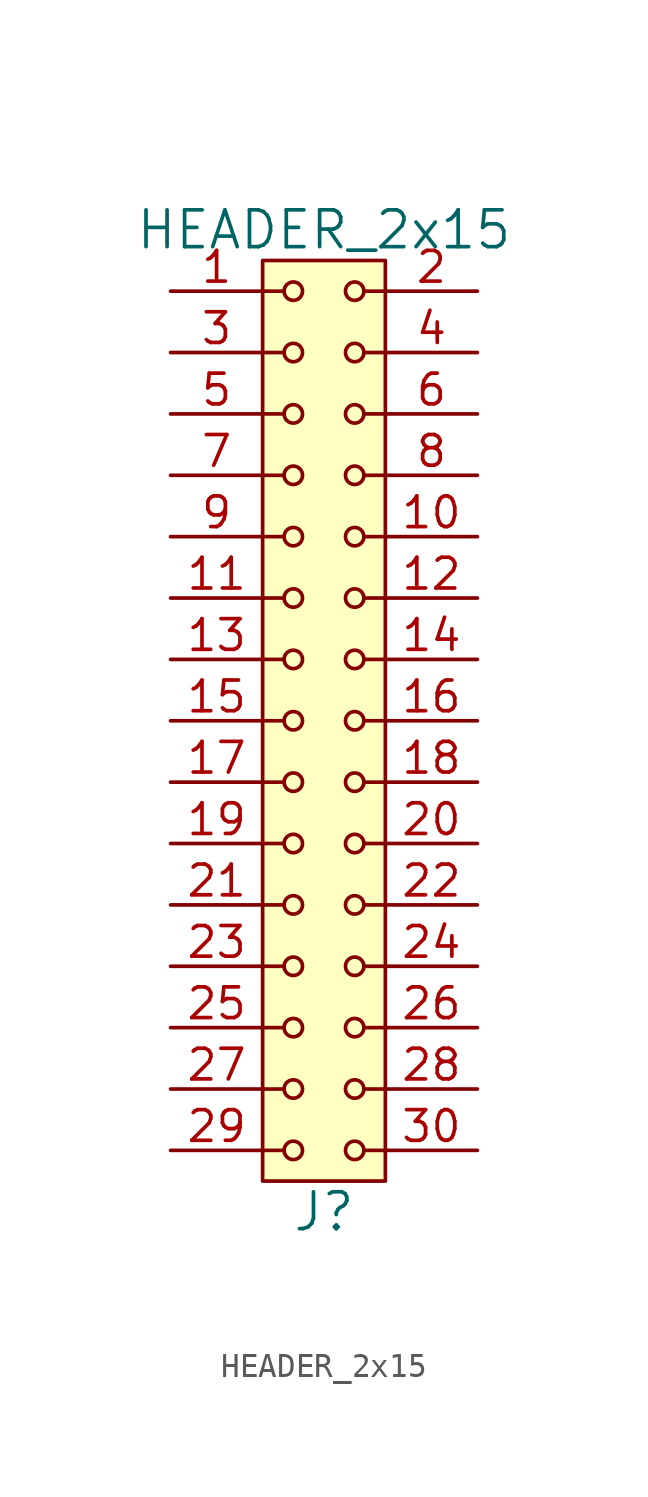
<source format=kicad_sym>
(kicad_symbol_lib
  (version 20211014)
  (generator kicad_symbol_editor)
  (symbol "HEADER_2x15"
    (pin_names
      (offset 1.016))
    (property "Reference" "J"
      (at 0 -20.32 0)
      (effects (font (size 1.524 1.524))))
    (property "Value" "HEADER_2x15"
      (at 0 20.32 0)
      (effects (font (size 1.524 1.524))))
    (property "Footprint" ""
      (at 0 17.78 0)
      (effects (font (size 1.524 1.524))))
    (property "Datasheet" ""
      (at 0 17.78 0)
      (effects (font (size 1.524 1.524))))
    (symbol "HEADER_2x15_0_1"
      (rectangle (start -2.54 19.05) (end 2.54 -19.05) (stroke (width 0) (type default) (color 0 0 0 0)) (fill (type background)))
      (circle (center -1.27 -17.78) (radius 0.381) (stroke (width 0) (type default) (color 0 0 0 0)) (fill (type none)))
      (circle (center -1.27 -15.24) (radius 0.381) (stroke (width 0) (type default) (color 0 0 0 0)) (fill (type none)))
      (circle (center -1.27 -12.7) (radius 0.381) (stroke (width 0) (type default) (color 0 0 0 0)) (fill (type none)))
      (circle (center -1.27 -10.16) (radius 0.381) (stroke (width 0) (type default) (color 0 0 0 0)) (fill (type none)))
      (circle (center -1.27 -7.62) (radius 0.381) (stroke (width 0) (type default) (color 0 0 0 0)) (fill (type none)))
      (circle (center -1.27 -5.08) (radius 0.381) (stroke (width 0) (type default) (color 0 0 0 0)) (fill (type none)))
      (circle (center -1.27 -2.54) (radius 0.381) (stroke (width 0) (type default) (color 0 0 0 0)) (fill (type none)))
      (circle (center -1.27 0) (radius 0.381) (stroke (width 0) (type default) (color 0 0 0 0)) (fill (type none)))
      (circle (center -1.27 2.54) (radius 0.381) (stroke (width 0) (type default) (color 0 0 0 0)) (fill (type none)))
      (circle (center -1.27 5.08) (radius 0.381) (stroke (width 0) (type default) (color 0 0 0 0)) (fill (type none)))
      (circle (center -1.27 7.62) (radius 0.381) (stroke (width 0) (type default) (color 0 0 0 0)) (fill (type none)))
      (circle (center -1.27 10.16) (radius 0.381) (stroke (width 0) (type default) (color 0 0 0 0)) (fill (type none)))
      (circle (center -1.27 12.7) (radius 0.381) (stroke (width 0) (type default) (color 0 0 0 0)) (fill (type none)))
      (circle (center -1.27 15.24) (radius 0.381) (stroke (width 0) (type default) (color 0 0 0 0)) (fill (type none)))
      (circle (center -1.27 17.78) (radius 0.381) (stroke (width 0) (type default) (color 0 0 0 0)) (fill (type none)))
      (polyline (pts (xy -1.651 -17.78) (xy -2.54 -17.78)) (stroke (width 0) (type default) (color 0 0 0 0)) (fill (type none)))
      (polyline (pts (xy -1.651 -15.24) (xy -2.54 -15.24)) (stroke (width 0) (type default) (color 0 0 0 0)) (fill (type none)))
      (polyline (pts (xy -1.651 -12.7) (xy -2.54 -12.7)) (stroke (width 0) (type default) (color 0 0 0 0)) (fill (type none)))
      (polyline (pts (xy -1.651 -10.16) (xy -2.54 -10.16)) (stroke (width 0) (type default) (color 0 0 0 0)) (fill (type none)))
      (polyline (pts (xy -1.651 -7.62) (xy -2.54 -7.62)) (stroke (width 0) (type default) (color 0 0 0 0)) (fill (type none)))
      (polyline (pts (xy -1.651 -5.08) (xy -2.54 -5.08)) (stroke (width 0) (type default) (color 0 0 0 0)) (fill (type none)))
      (polyline (pts (xy -1.651 -2.54) (xy -2.54 -2.54)) (stroke (width 0) (type default) (color 0 0 0 0)) (fill (type none)))
      (polyline (pts (xy -1.651 0) (xy -2.54 0)) (stroke (width 0) (type default) (color 0 0 0 0)) (fill (type none)))
      (polyline (pts (xy -1.651 2.54) (xy -2.54 2.54)) (stroke (width 0) (type default) (color 0 0 0 0)) (fill (type none)))
      (polyline (pts (xy -1.651 5.08) (xy -2.54 5.08)) (stroke (width 0) (type default) (color 0 0 0 0)) (fill (type none)))
      (polyline (pts (xy -1.651 7.62) (xy -2.54 7.62)) (stroke (width 0) (type default) (color 0 0 0 0)) (fill (type none)))
      (polyline (pts (xy -1.651 10.16) (xy -2.54 10.16)) (stroke (width 0) (type default) (color 0 0 0 0)) (fill (type none)))
      (polyline (pts (xy -1.651 12.7) (xy -2.54 12.7)) (stroke (width 0) (type default) (color 0 0 0 0)) (fill (type none)))
      (polyline (pts (xy -1.651 15.24) (xy -2.54 15.24)) (stroke (width 0) (type default) (color 0 0 0 0)) (fill (type none)))
      (polyline (pts (xy -1.651 17.78) (xy -2.54 17.78)) (stroke (width 0) (type default) (color 0 0 0 0)) (fill (type none)))
      (polyline (pts (xy 1.651 -17.78) (xy 2.54 -17.78)) (stroke (width 0) (type default) (color 0 0 0 0)) (fill (type none)))
      (polyline (pts (xy 1.651 -15.24) (xy 2.54 -15.24)) (stroke (width 0) (type default) (color 0 0 0 0)) (fill (type none)))
      (polyline (pts (xy 1.651 -12.7) (xy 2.54 -12.7)) (stroke (width 0) (type default) (color 0 0 0 0)) (fill (type none)))
      (polyline (pts (xy 1.651 -10.16) (xy 2.54 -10.16)) (stroke (width 0) (type default) (color 0 0 0 0)) (fill (type none)))
      (polyline (pts (xy 1.651 -7.62) (xy 2.54 -7.62)) (stroke (width 0) (type default) (color 0 0 0 0)) (fill (type none)))
      (polyline (pts (xy 1.651 -5.08) (xy 2.54 -5.08)) (stroke (width 0) (type default) (color 0 0 0 0)) (fill (type none)))
      (polyline (pts (xy 1.651 -2.54) (xy 2.54 -2.54)) (stroke (width 0) (type default) (color 0 0 0 0)) (fill (type none)))
      (polyline (pts (xy 1.651 0) (xy 2.54 0)) (stroke (width 0) (type default) (color 0 0 0 0)) (fill (type none)))
      (polyline (pts (xy 1.651 2.54) (xy 2.54 2.54)) (stroke (width 0) (type default) (color 0 0 0 0)) (fill (type none)))
      (polyline (pts (xy 1.651 5.08) (xy 2.54 5.08)) (stroke (width 0) (type default) (color 0 0 0 0)) (fill (type none)))
      (polyline (pts (xy 1.651 7.62) (xy 2.54 7.62)) (stroke (width 0) (type default) (color 0 0 0 0)) (fill (type none)))
      (polyline (pts (xy 1.651 10.16) (xy 2.54 10.16)) (stroke (width 0) (type default) (color 0 0 0 0)) (fill (type none)))
      (polyline (pts (xy 1.651 12.7) (xy 2.54 12.7)) (stroke (width 0) (type default) (color 0 0 0 0)) (fill (type none)))
      (polyline (pts (xy 1.651 15.24) (xy 2.54 15.24)) (stroke (width 0) (type default) (color 0 0 0 0)) (fill (type none)))
      (polyline (pts (xy 1.651 17.78) (xy 2.54 17.78)) (stroke (width 0) (type default) (color 0 0 0 0)) (fill (type none)))
      (circle (center 1.27 -17.78) (radius 0.381) (stroke (width 0) (type default) (color 0 0 0 0)) (fill (type none)))
      (circle (center 1.27 -15.24) (radius 0.381) (stroke (width 0) (type default) (color 0 0 0 0)) (fill (type none)))
      (circle (center 1.27 -12.7) (radius 0.381) (stroke (width 0) (type default) (color 0 0 0 0)) (fill (type none)))
      (circle (center 1.27 -10.16) (radius 0.381) (stroke (width 0) (type default) (color 0 0 0 0)) (fill (type none)))
      (circle (center 1.27 -7.62) (radius 0.381) (stroke (width 0) (type default) (color 0 0 0 0)) (fill (type none)))
      (circle (center 1.27 -5.08) (radius 0.381) (stroke (width 0) (type default) (color 0 0 0 0)) (fill (type none)))
      (circle (center 1.27 -2.54) (radius 0.381) (stroke (width 0) (type default) (color 0 0 0 0)) (fill (type none)))
      (circle (center 1.27 0) (radius 0.381) (stroke (width 0) (type default) (color 0 0 0 0)) (fill (type none)))
      (circle (center 1.27 2.54) (radius 0.381) (stroke (width 0) (type default) (color 0 0 0 0)) (fill (type none)))
      (circle (center 1.27 5.08) (radius 0.381) (stroke (width 0) (type default) (color 0 0 0 0)) (fill (type none)))
      (circle (center 1.27 7.62) (radius 0.381) (stroke (width 0) (type default) (color 0 0 0 0)) (fill (type none)))
      (circle (center 1.27 10.16) (radius 0.381) (stroke (width 0) (type default) (color 0 0 0 0)) (fill (type none)))
      (circle (center 1.27 12.7) (radius 0.381) (stroke (width 0) (type default) (color 0 0 0 0)) (fill (type none)))
      (circle (center 1.27 15.24) (radius 0.381) (stroke (width 0) (type default) (color 0 0 0 0)) (fill (type none)))
      (circle (center 1.27 17.78) (radius 0.381) (stroke (width 0) (type default) (color 0 0 0 0)) (fill (type none))))
    (symbol "HEADER_2x15_1_1"
      (pin input line (at -6.35 17.78 0) (length 3.81) (name "~" (effects (font (size 1.27 1.27)))) (number "1" (effects (font (size 1.27 1.27)))))
      (pin input line (at 6.35 7.62 180) (length 3.81) (name "~" (effects (font (size 1.27 1.27)))) (number "10" (effects (font (size 1.27 1.27)))))
      (pin input line (at -6.35 5.08 0) (length 3.81) (name "~" (effects (font (size 1.27 1.27)))) (number "11" (effects (font (size 1.27 1.27)))))
      (pin input line (at 6.35 5.08 180) (length 3.81) (name "~" (effects (font (size 1.27 1.27)))) (number "12" (effects (font (size 1.27 1.27)))))
      (pin input line (at -6.35 2.54 0) (length 3.81) (name "~" (effects (font (size 1.27 1.27)))) (number "13" (effects (font (size 1.27 1.27)))))
      (pin input line (at 6.35 2.54 180) (length 3.81) (name "~" (effects (font (size 1.27 1.27)))) (number "14" (effects (font (size 1.27 1.27)))))
      (pin input line (at -6.35 0 0) (length 3.81) (name "~" (effects (font (size 1.27 1.27)))) (number "15" (effects (font (size 1.27 1.27)))))
      (pin input line (at 6.35 0 180) (length 3.81) (name "~" (effects (font (size 1.27 1.27)))) (number "16" (effects (font (size 1.27 1.27)))))
      (pin input line (at -6.35 -2.54 0) (length 3.81) (name "~" (effects (font (size 1.27 1.27)))) (number "17" (effects (font (size 1.27 1.27)))))
      (pin input line (at 6.35 -2.54 180) (length 3.81) (name "~" (effects (font (size 1.27 1.27)))) (number "18" (effects (font (size 1.27 1.27)))))
      (pin input line (at -6.35 -5.08 0) (length 3.81) (name "~" (effects (font (size 1.27 1.27)))) (number "19" (effects (font (size 1.27 1.27)))))
      (pin input line (at 6.35 17.78 180) (length 3.81) (name "~" (effects (font (size 1.27 1.27)))) (number "2" (effects (font (size 1.27 1.27)))))
      (pin input line (at 6.35 -5.08 180) (length 3.81) (name "~" (effects (font (size 1.27 1.27)))) (number "20" (effects (font (size 1.27 1.27)))))
      (pin input line (at -6.35 -7.62 0) (length 3.81) (name "~" (effects (font (size 1.27 1.27)))) (number "21" (effects (font (size 1.27 1.27)))))
      (pin input line (at 6.35 -7.62 180) (length 3.81) (name "~" (effects (font (size 1.27 1.27)))) (number "22" (effects (font (size 1.27 1.27)))))
      (pin input line (at -6.35 -10.16 0) (length 3.81) (name "~" (effects (font (size 1.27 1.27)))) (number "23" (effects (font (size 1.27 1.27)))))
      (pin input line (at 6.35 -10.16 180) (length 3.81) (name "~" (effects (font (size 1.27 1.27)))) (number "24" (effects (font (size 1.27 1.27)))))
      (pin input line (at -6.35 -12.7 0) (length 3.81) (name "~" (effects (font (size 1.27 1.27)))) (number "25" (effects (font (size 1.27 1.27)))))
      (pin input line (at 6.35 -12.7 180) (length 3.81) (name "~" (effects (font (size 1.27 1.27)))) (number "26" (effects (font (size 1.27 1.27)))))
      (pin input line (at -6.35 -15.24 0) (length 3.81) (name "~" (effects (font (size 1.27 1.27)))) (number "27" (effects (font (size 1.27 1.27)))))
      (pin input line (at 6.35 -15.24 180) (length 3.81) (name "~" (effects (font (size 1.27 1.27)))) (number "28" (effects (font (size 1.27 1.27)))))
      (pin input line (at -6.35 -17.78 0) (length 3.81) (name "~" (effects (font (size 1.27 1.27)))) (number "29" (effects (font (size 1.27 1.27)))))
      (pin input line (at -6.35 15.24 0) (length 3.81) (name "~" (effects (font (size 1.27 1.27)))) (number "3" (effects (font (size 1.27 1.27)))))
      (pin input line (at 6.35 -17.78 180) (length 3.81) (name "~" (effects (font (size 1.27 1.27)))) (number "30" (effects (font (size 1.27 1.27)))))
      (pin input line (at 6.35 15.24 180) (length 3.81) (name "~" (effects (font (size 1.27 1.27)))) (number "4" (effects (font (size 1.27 1.27)))))
      (pin input line (at -6.35 12.7 0) (length 3.81) (name "~" (effects (font (size 1.27 1.27)))) (number "5" (effects (font (size 1.27 1.27)))))
      (pin input line (at 6.35 12.7 180) (length 3.81) (name "~" (effects (font (size 1.27 1.27)))) (number "6" (effects (font (size 1.27 1.27)))))
      (pin input line (at -6.35 10.16 0) (length 3.81) (name "~" (effects (font (size 1.27 1.27)))) (number "7" (effects (font (size 1.27 1.27)))))
      (pin input line (at 6.35 10.16 180) (length 3.81) (name "~" (effects (font (size 1.27 1.27)))) (number "8" (effects (font (size 1.27 1.27)))))
      (pin input line (at -6.35 7.62 0) (length 3.81) (name "~" (effects (font (size 1.27 1.27)))) (number "9" (effects (font (size 1.27 1.27))))))))
</source>
